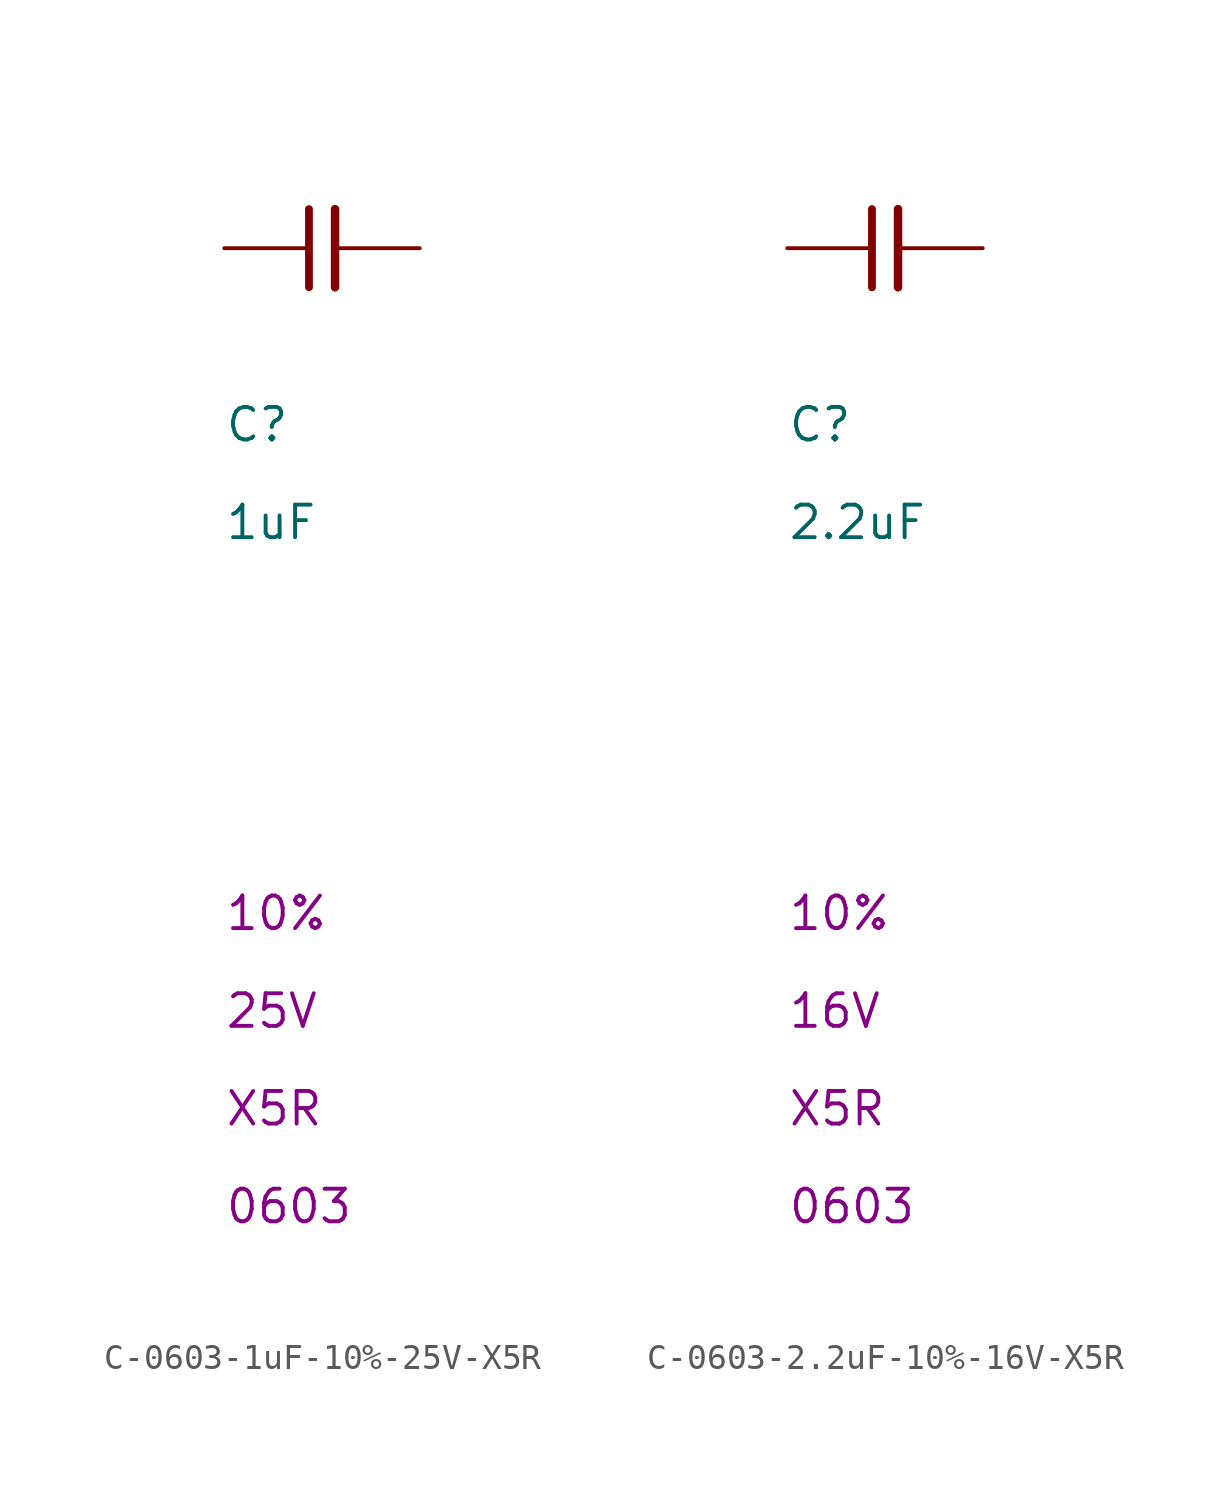
<source format=kicad_sym>
(kicad_symbol_lib
  (version 20241209)
  (generator "kicad_symbol_editor")
  (generator_version "9.0")
  (symbol "C-0603-1uF-10%-25V-X5R"
    (pin_numbers
      (hide yes))
    (pin_names
      (hide yes))
    (property "Reference" "C"
      (at 0 -7.62 0)
      (effects (font (size 1.27 1.27)) (justify left bottom)))
    (property "Value" "1uF"
      (at 0 -11.43 0)
      (effects (font (size 1.27 1.27)) (justify left bottom)))
    (property "Tolerance" "10%"
      (at 0 -26.67 0)
      (effects (font (size 1.27 1.27)) (justify left bottom)))
    (property "Voltage" "25V"
      (at 0 -30.48 0)
      (effects (font (size 1.27 1.27)) (justify left bottom)))
    (property "Dielectric" "X5R"
      (at 0 -34.29 0)
      (effects (font (size 1.27 1.27)) (justify left bottom)))
    (property "Case/Package" "0603"
      (at 0 -38.1 0)
      (effects (font (size 1.27 1.27)) (justify left bottom)))
    (symbol "C-0603-1uF-10%-25V-X5R_0_1"
      (polyline (pts (xy 3.302 -1.524) (xy 3.302 1.524)) (stroke (width 0.305) (type default)) (fill (type none)))
      (polyline (pts (xy 4.318 -1.524) (xy 4.318 1.524)) (stroke (width 0.33) (type default)) (fill (type none))))
    (symbol "C-0603-1uF-10%-25V-X5R_1_1"
      (pin passive line (at 0 0 0) (length 3.175) (name "1" (effects (font (size 1.27 1.27)))) (number "1" (effects (font (size 1.016 1.016)))))
      (pin passive line (at 7.62 0 180) (length 3.175) (name "2" (effects (font (size 1.27 1.27)))) (number "2" (effects (font (size 1.016 1.016)))))))
  (symbol "C-0603-2.2uF-10%-16V-X5R"
    (pin_numbers
      (hide yes))
    (pin_names
      (hide yes))
    (property "Reference" "C"
      (at 0 -7.62 0)
      (effects (font (size 1.27 1.27)) (justify left bottom)))
    (property "Value" "2.2uF"
      (at 0 -11.43 0)
      (effects (font (size 1.27 1.27)) (justify left bottom)))
    (property "Tolerance" "10%"
      (at 0 -26.67 0)
      (effects (font (size 1.27 1.27)) (justify left bottom)))
    (property "Voltage" "16V"
      (at 0 -30.48 0)
      (effects (font (size 1.27 1.27)) (justify left bottom)))
    (property "Dielectric" "X5R"
      (at 0 -34.29 0)
      (effects (font (size 1.27 1.27)) (justify left bottom)))
    (property "Case/Package" "0603"
      (at 0 -38.1 0)
      (effects (font (size 1.27 1.27)) (justify left bottom)))
    (symbol "C-0603-2.2uF-10%-16V-X5R_0_1"
      (polyline (pts (xy 3.302 -1.524) (xy 3.302 1.524)) (stroke (width 0.305) (type default)) (fill (type none)))
      (polyline (pts (xy 4.318 -1.524) (xy 4.318 1.524)) (stroke (width 0.33) (type default)) (fill (type none))))
    (symbol "C-0603-2.2uF-10%-16V-X5R_1_1"
      (pin passive line (at 0 0 0) (length 3.175) (name "1" (effects (font (size 1.27 1.27)))) (number "1" (effects (font (size 1.016 1.016)))))
      (pin passive line (at 7.62 0 180) (length 3.175) (name "2" (effects (font (size 1.27 1.27)))) (number "2" (effects (font (size 1.016 1.016))))))))
</source>
